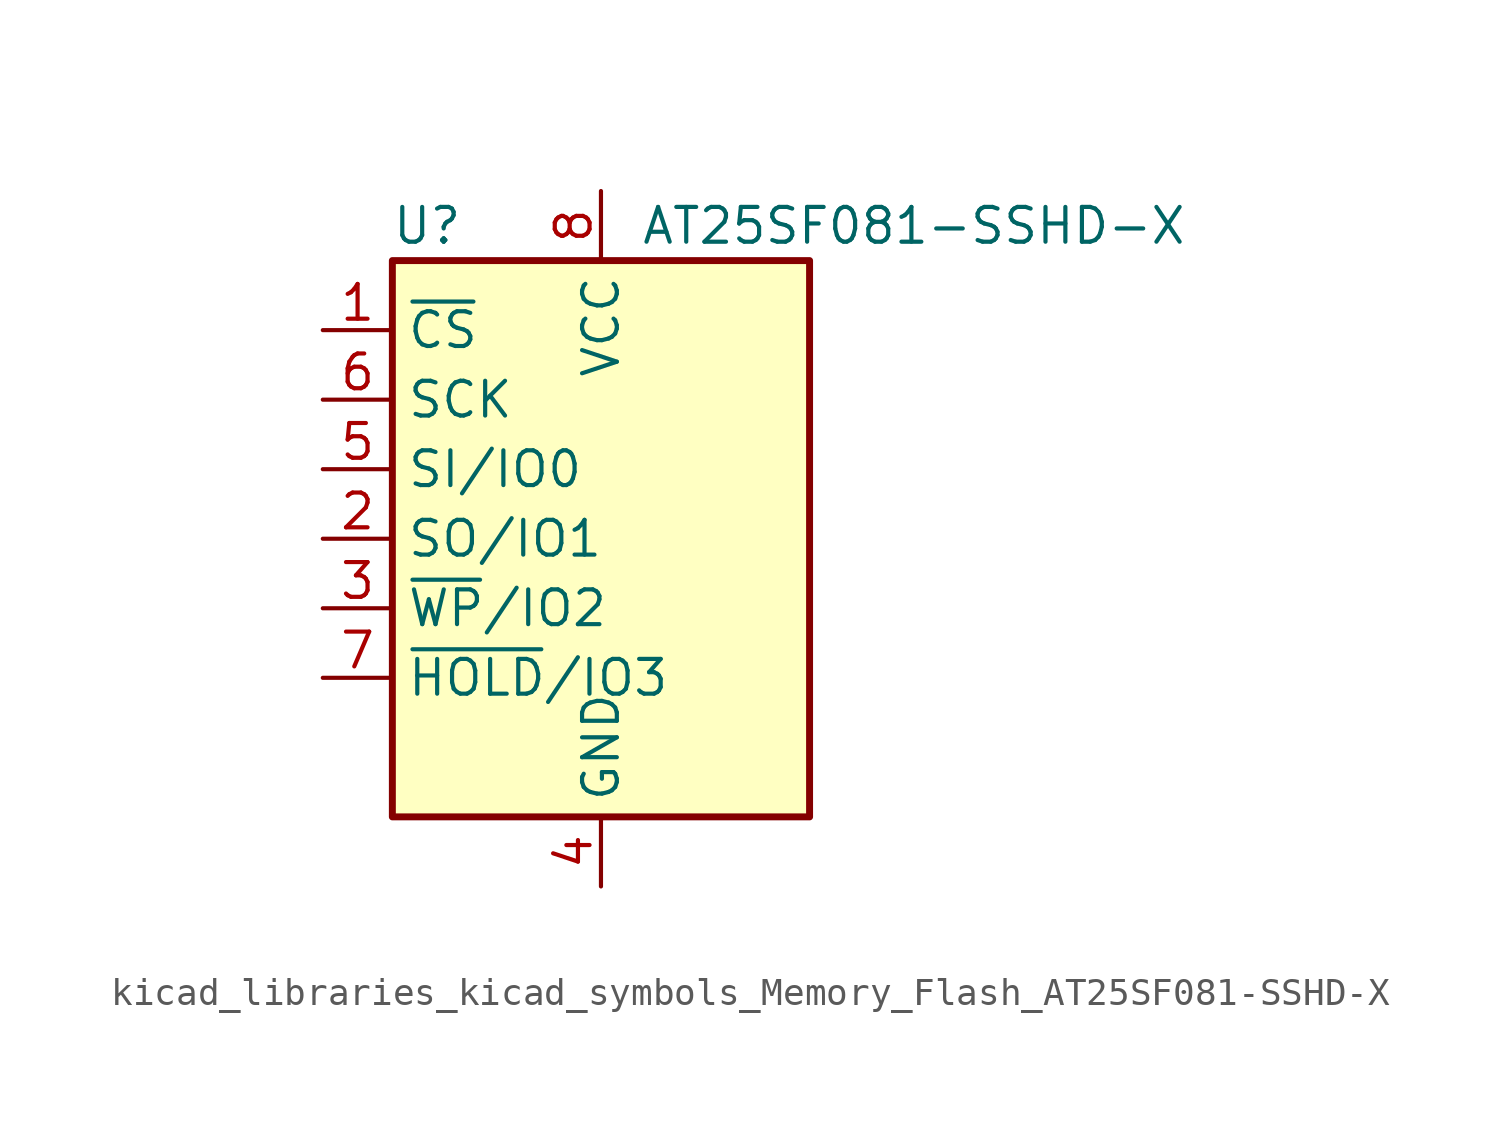
<source format=kicad_sym>
(kicad_symbol_lib
  (version 20220914)
  (generator kicad_symbol_editor)
  (symbol "kicad_libraries_kicad_symbols_Memory_Flash_AT25SF081-SSHD-X"
    (property "Reference" "U"
      (at -6.35 11.43 0)
      (effects (font (size 1.27 1.27))))
    (property "Value" "AT25SF081-SSHD-X"
      (at 11.43 11.43 0)
      (effects (font (size 1.27 1.27))))
    (symbol "kicad_libraries_kicad_symbols_Memory_Flash_AT25SF081-SSHD-X_0_1"
      (rectangle (start -7.62 10.16) (end 7.62 -10.16) (stroke (width 0.254) (type default)) (fill (type background))))
    (symbol "kicad_libraries_kicad_symbols_Memory_Flash_AT25SF081-SSHD-X_1_1"
      (pin input line (at -10.16 7.62 0) (length 2.54) (name "~{CS}" (effects (font (size 1.27 1.27)))) (number "1" (effects (font (size 1.27 1.27)))))
      (pin bidirectional line (at -10.16 0 0) (length 2.54) (name "SO/IO1" (effects (font (size 1.27 1.27)))) (number "2" (effects (font (size 1.27 1.27)))))
      (pin bidirectional line (at -10.16 -2.54 0) (length 2.54) (name "~{WP}/IO2" (effects (font (size 1.27 1.27)))) (number "3" (effects (font (size 1.27 1.27)))))
      (pin power_in line (at 0 -12.7 90) (length 2.54) (name "GND" (effects (font (size 1.27 1.27)))) (number "4" (effects (font (size 1.27 1.27)))))
      (pin bidirectional line (at -10.16 2.54 0) (length 2.54) (name "SI/IO0" (effects (font (size 1.27 1.27)))) (number "5" (effects (font (size 1.27 1.27)))))
      (pin input line (at -10.16 5.08 0) (length 2.54) (name "SCK" (effects (font (size 1.27 1.27)))) (number "6" (effects (font (size 1.27 1.27)))))
      (pin bidirectional line (at -10.16 -5.08 0) (length 2.54) (name "~{HOLD}/IO3" (effects (font (size 1.27 1.27)))) (number "7" (effects (font (size 1.27 1.27)))))
      (pin power_in line (at 0 12.7 270) (length 2.54) (name "VCC" (effects (font (size 1.27 1.27)))) (number "8" (effects (font (size 1.27 1.27))))))))
</source>
